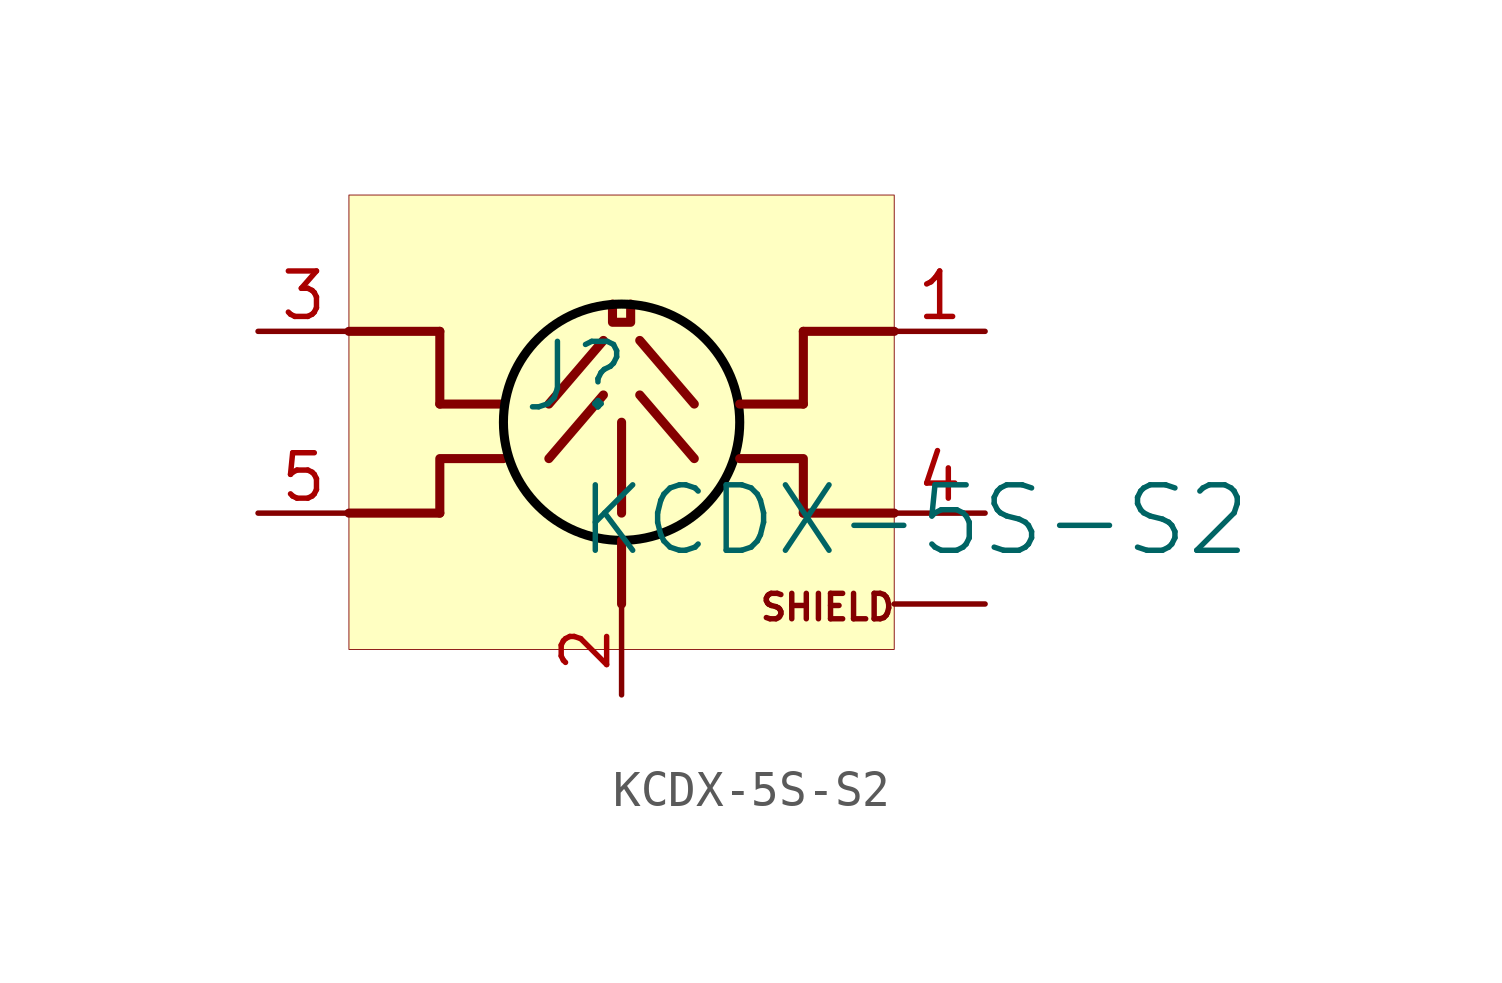
<source format=kicad_sym>
(kicad_symbol_lib
  (version 20231120)
  (generator "kicad_symbol_editor")
  (generator_version "8.0")
  (symbol "KCDX-5S-S2"
    (property "Reference" "J"
      (at -1.27 1.27 0)
      (effects (font (size 1.829 1.829))))
    (property "Value" "KCDX-5S-S2"
      (at -1.27 -3.81 0)
      (effects (font (size 1.829 1.829)) (justify left bottom)))
    (symbol "KCDX-5S-S2_1_0"
      (polyline (pts (xy -5.08 -2.54) (xy -7.62 -2.54)) (stroke (width 0.254) (type solid)) (fill (type none)))
      (polyline (pts (xy -5.08 0.508) (xy -3.302 0.508)) (stroke (width 0.254) (type solid)) (fill (type none)))
      (polyline (pts (xy -5.08 2.54) (xy -7.62 2.54)) (stroke (width 0.254) (type solid)) (fill (type none)))
      (polyline (pts (xy -5.08 2.54) (xy -5.08 0.508)) (stroke (width 0.254) (type solid)) (fill (type none)))
      (polyline (pts (xy -0.508 0.762) (xy -2.032 -1.016)) (stroke (width 0.254) (type solid)) (fill (type none)))
      (polyline (pts (xy -0.508 2.286) (xy -2.032 0.508)) (stroke (width 0.254) (type solid)) (fill (type none)))
      (polyline (pts (xy 0 -5.08) (xy 0 -3.302)) (stroke (width 0.254) (type solid)) (fill (type none)))
      (polyline (pts (xy 0 0) (xy 0 -2.54)) (stroke (width 0.254) (type solid)) (fill (type none)))
      (polyline (pts (xy 0.508 0.762) (xy 2.032 -1.016)) (stroke (width 0.254) (type solid)) (fill (type none)))
      (polyline (pts (xy 0.508 2.286) (xy 2.032 0.508)) (stroke (width 0.254) (type solid)) (fill (type none)))
      (polyline (pts (xy 5.08 -2.54) (xy 7.62 -2.54)) (stroke (width 0.254) (type solid)) (fill (type none)))
      (polyline (pts (xy 5.08 0.508) (xy 3.302 0.508)) (stroke (width 0.254) (type solid)) (fill (type none)))
      (polyline (pts (xy 5.08 2.54) (xy 5.08 0.508)) (stroke (width 0.254) (type solid)) (fill (type none)))
      (polyline (pts (xy 5.08 2.54) (xy 7.62 2.54)) (stroke (width 0.254) (type solid)) (fill (type none)))
      (polyline (pts (xy -5.08 -2.54) (xy -5.08 -1.016) (xy -3.302 -1.016)) (stroke (width 0.254) (type solid)) (fill (type none)))
      (polyline (pts (xy 5.08 -2.54) (xy 5.08 -1.016) (xy 3.302 -1.016)) (stroke (width 0.254) (type solid)) (fill (type none)))
      (polyline (pts (xy -0.254 3.302) (xy -0.254 2.794) (xy 0.254 2.794) (xy 0.254 3.302)) (stroke (width 0.254) (type solid)) (fill (type none)))
      (circle (center 0 0) (radius 3.302) (stroke (width 0.254) (type solid) (color 0 0 0 1)) (fill (type none)))
      (rectangle (start 7.62 6.35) (end -7.62 -6.35) (stroke (width 0.025) (type solid) (color 128 0 0 1)) (fill (type background)))
      (text "SHIELD" (at 3.81 -5.588 0) (effects (font (size 0.711 0.711)) (justify left bottom)))
      (pin passive line (at 10.16 2.54 180) (length 2.54) (name "1" (effects (font (size 0 0)))) (number "1" (effects (font (size 1.27 1.27)))))
      (pin passive line (at 0 -7.62 90) (length 2.54) (name "2" (effects (font (size 0 0)))) (number "2" (effects (font (size 1.27 1.27)))))
      (pin passive line (at -10.16 2.54 0) (length 2.54) (name "3" (effects (font (size 0 0)))) (number "3" (effects (font (size 1.27 1.27)))))
      (pin passive line (at 10.16 -2.54 180) (length 2.54) (name "4" (effects (font (size 0 0)))) (number "4" (effects (font (size 1.27 1.27)))))
      (pin passive line (at -10.16 -2.54 0) (length 2.54) (name "5" (effects (font (size 0 0)))) (number "5" (effects (font (size 1.27 1.27)))))
      (pin passive line (at 10.16 -5.08 180) (length 2.54) (name "SH" (effects (font (size 0 0)))) (number "SH" (effects (font (size 0 0))))))))
</source>
